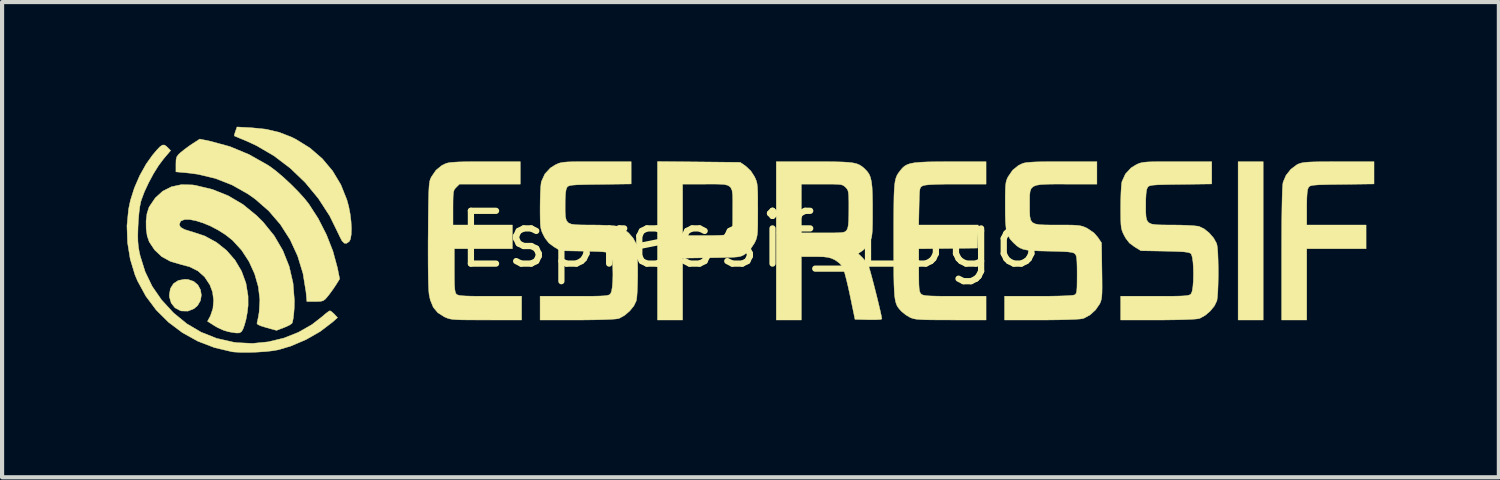
<source format=kicad_pcb>
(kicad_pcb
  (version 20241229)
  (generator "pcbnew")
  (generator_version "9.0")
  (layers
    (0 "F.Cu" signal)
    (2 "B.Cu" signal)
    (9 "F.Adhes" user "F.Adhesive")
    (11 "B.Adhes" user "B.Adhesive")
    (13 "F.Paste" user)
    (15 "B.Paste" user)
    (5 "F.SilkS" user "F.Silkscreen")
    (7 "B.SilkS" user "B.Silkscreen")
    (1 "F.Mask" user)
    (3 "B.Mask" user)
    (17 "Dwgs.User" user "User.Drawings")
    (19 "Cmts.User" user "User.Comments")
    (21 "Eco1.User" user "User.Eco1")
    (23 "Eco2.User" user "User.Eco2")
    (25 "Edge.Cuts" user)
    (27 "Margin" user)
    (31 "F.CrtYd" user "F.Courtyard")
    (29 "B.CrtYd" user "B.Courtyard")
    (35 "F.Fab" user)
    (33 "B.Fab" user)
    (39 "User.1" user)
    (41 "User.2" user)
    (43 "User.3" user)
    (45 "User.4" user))
  (footprint "Espressif_Logo"
    (layer "F.Cu")
    (at 14.994 2.713)
    (property "Reference" "Espressif_Logo" (at 0 0 0) (layer "F.SilkS") (effects (font (size 1.27 1.27) (thickness 0.15))))
    (attr through_hole)
    (fp_poly (pts (xy 12.351 1.937) (xy 11.748 1.937) (xy 11.748 -1.873) (xy 12.351 -1.873) (xy 12.351 1.937)) (stroke (width 0.01) (type solid)) (fill yes) (layer "F.SilkS"))
    (fp_poly (pts (xy -13.517 0.962) (xy -13.382 1.008) (xy -13.282 1.094) (xy -13.22 1.209) (xy -13.199 1.338) (xy -13.22 1.469) (xy -13.288 1.588) (xy -13.375 1.664) (xy -13.521 1.723) (xy -13.676 1.72) (xy -13.705 1.712) (xy -13.834 1.643) (xy -13.924 1.53) (xy -13.967 1.385) (xy -13.97 1.335) (xy -13.944 1.18) (xy -13.869 1.061) (xy -13.752 0.985) (xy -13.6 0.957) (xy -13.517 0.962)) (stroke (width 0.01) (type solid)) (fill yes) (layer "F.SilkS"))
    (fp_poly (pts (xy -11.989 -2.689) (xy -11.64 -2.653) (xy -11.328 -2.58) (xy -11.032 -2.465) (xy -10.923 -2.411) (xy -10.585 -2.201) (xy -10.29 -1.946) (xy -10.041 -1.65) (xy -9.843 -1.32) (xy -9.698 -0.958) (xy -9.653 -0.794) (xy -9.619 -0.616) (xy -9.597 -0.436) (xy -9.588 -0.266) (xy -9.593 -0.119) (xy -9.611 -0.01) (xy -9.638 0.045) (xy -9.703 0.092) (xy -9.76 0.089) (xy -9.816 0.031) (xy -9.876 -0.084) (xy -9.891 -0.119) (xy -10.111 -0.568) (xy -10.383 -0.987) (xy -10.701 -1.372) (xy -11.06 -1.716) (xy -11.453 -2.014) (xy -11.876 -2.261) (xy -12.144 -2.384) (xy -12.26 -2.431) (xy -12.349 -2.469) (xy -12.4 -2.49) (xy -12.406 -2.493) (xy -12.403 -2.523) (xy -12.383 -2.59) (xy -12.378 -2.603) (xy -12.341 -2.708) (xy -11.989 -2.689)) (stroke (width 0.01) (type solid)) (fill yes) (layer "F.SilkS"))
    (fp_poly (pts (xy 15.018 -1.337) (xy 14.253 -1.327) (xy 14.012 -1.324) (xy 13.827 -1.32) (xy 13.69 -1.316) (xy 13.592 -1.309) (xy 13.527 -1.301) (xy 13.485 -1.289) (xy 13.459 -1.274) (xy 13.444 -1.256) (xy 13.423 -1.209) (xy 13.41 -1.128) (xy 13.402 -1.003) (xy 13.399 -0.826) (xy 13.399 -0.772) (xy 13.399 -0.349) (xy 14.827 -0.349) (xy 14.827 0.222) (xy 13.399 0.222) (xy 13.399 1.937) (xy 12.795 1.937) (xy 12.795 0.347) (xy 12.796 -0.076) (xy 12.798 -0.442) (xy 12.802 -0.75) (xy 12.807 -1) (xy 12.813 -1.189) (xy 12.821 -1.317) (xy 12.83 -1.379) (xy 12.9 -1.543) (xy 13.015 -1.689) (xy 13.158 -1.797) (xy 13.19 -1.813) (xy 13.235 -1.831) (xy 13.287 -1.845) (xy 13.355 -1.855) (xy 13.446 -1.863) (xy 13.57 -1.868) (xy 13.733 -1.871) (xy 13.945 -1.872) (xy 14.168 -1.873) (xy 15.018 -1.873) (xy 15.018 -1.337)) (stroke (width 0.01) (type solid)) (fill yes) (layer "F.SilkS"))
    (fp_poly (pts (xy -12.983 -2.365) (xy -12.513 -2.237) (xy -12.055 -2.047) (xy -11.608 -1.795) (xy -11.548 -1.756) (xy -11.399 -1.645) (xy -11.226 -1.498) (xy -11.045 -1.33) (xy -10.871 -1.155) (xy -10.719 -0.988) (xy -10.615 -0.857) (xy -10.386 -0.503) (xy -10.19 -0.118) (xy -10.034 0.278) (xy -9.928 0.668) (xy -9.923 0.689) (xy -9.871 0.948) (xy -9.956 1.085) (xy -10.03 1.196) (xy -10.117 1.315) (xy -10.15 1.357) (xy -10.213 1.431) (xy -10.264 1.471) (xy -10.327 1.488) (xy -10.425 1.492) (xy -10.46 1.492) (xy -10.66 1.492) (xy -10.681 1.262) (xy -10.753 0.818) (xy -10.882 0.397) (xy -11.064 0.002) (xy -11.297 -0.362) (xy -11.577 -0.688) (xy -11.903 -0.973) (xy -12.077 -1.096) (xy -12.462 -1.313) (xy -12.863 -1.47) (xy -13.287 -1.571) (xy -13.565 -1.606) (xy -13.811 -1.628) (xy -13.811 -1.811) (xy -13.808 -1.918) (xy -13.791 -1.988) (xy -13.751 -2.044) (xy -13.694 -2.096) (xy -13.6 -2.172) (xy -13.483 -2.257) (xy -13.407 -2.308) (xy -13.237 -2.417) (xy -12.983 -2.365)) (stroke (width 0.01) (type solid)) (fill yes) (layer "F.SilkS"))
    (fp_poly (pts (xy -1.228 -1.867) (xy -0.233 -1.857) (xy -0.101 -1.766) (xy 0.022 -1.65) (xy 0.11 -1.514) (xy 0.137 -1.457) (xy 0.158 -1.403) (xy 0.172 -1.344) (xy 0.181 -1.267) (xy 0.187 -1.163) (xy 0.19 -1.021) (xy 0.19 -0.831) (xy 0.191 -0.714) (xy 0.19 -0.497) (xy 0.189 -0.333) (xy 0.185 -0.211) (xy 0.178 -0.122) (xy 0.166 -0.055) (xy 0.149 0.001) (xy 0.125 0.056) (xy 0.107 0.091) (xy -0.000146 0.252) (xy -0.105 0.343) (xy -0.148 0.371) (xy -0.189 0.392) (xy -0.237 0.408) (xy -0.302 0.419) (xy -0.392 0.426) (xy -0.516 0.431) (xy -0.685 0.435) (xy -0.908 0.438) (xy -0.926 0.438) (xy -1.619 0.448) (xy -1.619 1.937) (xy -2.223 1.937) (xy -2.223 -1.333) (xy -1.619 -1.333) (xy -1.619 -0.095) (xy -1.087 -0.095) (xy -0.88 -0.096) (xy -0.727 -0.1) (xy -0.619 -0.107) (xy -0.546 -0.119) (xy -0.499 -0.135) (xy -0.483 -0.145) (xy -0.457 -0.166) (xy -0.438 -0.193) (xy -0.426 -0.237) (xy -0.418 -0.307) (xy -0.414 -0.413) (xy -0.413 -0.565) (xy -0.413 -0.714) (xy -0.412 -0.92) (xy -0.415 -1.074) (xy -0.43 -1.184) (xy -0.465 -1.258) (xy -0.527 -1.303) (xy -0.625 -1.326) (xy -0.766 -1.333) (xy -0.958 -1.334) (xy -1.087 -1.333) (xy -1.619 -1.333) (xy -2.223 -1.333) (xy -2.223 -1.876) (xy -1.228 -1.867)) (stroke (width 0.01) (type solid)) (fill yes) (layer "F.SilkS"))
    (fp_poly (pts (xy -5.524 -1.333) (xy -6.988 -1.333) (xy -7.066 -1.256) (xy -7.098 -1.221) (xy -7.119 -1.183) (xy -7.133 -1.13) (xy -7.14 -1.049) (xy -7.143 -0.929) (xy -7.144 -0.763) (xy -7.144 -0.349) (xy -5.715 -0.349) (xy -5.715 0.222) (xy -7.112 0.222) (xy -7.112 0.744) (xy -7.111 0.944) (xy -7.108 1.091) (xy -7.101 1.193) (xy -7.09 1.259) (xy -7.075 1.299) (xy -7.062 1.315) (xy -7.038 1.331) (xy -6.997 1.344) (xy -6.932 1.353) (xy -6.835 1.359) (xy -6.698 1.363) (xy -6.513 1.365) (xy -6.273 1.365) (xy -6.252 1.365) (xy -5.493 1.365) (xy -5.493 1.937) (xy -6.342 1.936) (xy -6.597 1.936) (xy -6.797 1.935) (xy -6.95 1.933) (xy -7.065 1.928) (xy -7.151 1.921) (xy -7.216 1.911) (xy -7.269 1.896) (xy -7.317 1.877) (xy -7.356 1.859) (xy -7.509 1.762) (xy -7.619 1.63) (xy -7.691 1.454) (xy -7.719 1.323) (xy -7.727 1.235) (xy -7.734 1.089) (xy -7.739 0.892) (xy -7.742 0.649) (xy -7.743 0.367) (xy -7.743 0.052) (xy -7.741 -0.134) (xy -7.739 -0.449) (xy -7.736 -0.706) (xy -7.733 -0.914) (xy -7.729 -1.077) (xy -7.724 -1.202) (xy -7.718 -1.297) (xy -7.71 -1.366) (xy -7.7 -1.418) (xy -7.687 -1.457) (xy -7.671 -1.492) (xy -7.663 -1.508) (xy -7.552 -1.669) (xy -7.414 -1.781) (xy -7.327 -1.824) (xy -7.279 -1.84) (xy -7.214 -1.852) (xy -7.124 -1.86) (xy -7.001 -1.867) (xy -6.837 -1.871) (xy -6.624 -1.873) (xy -6.367 -1.873) (xy -5.524 -1.873) (xy -5.524 -1.333)) (stroke (width 0.01) (type solid)) (fill yes) (layer "F.SilkS"))
    (fp_poly (pts (xy -14.044 -2.246) (xy -14.018 -2.221) (xy -13.938 -2.141) (xy -14.112 -1.936) (xy -14.23 -1.778) (xy -14.353 -1.58) (xy -14.469 -1.363) (xy -14.57 -1.148) (xy -14.642 -0.954) (xy -14.657 -0.905) (xy -14.679 -0.795) (xy -14.699 -0.641) (xy -14.714 -0.464) (xy -14.723 -0.302) (xy -14.728 -0.109) (xy -14.726 0.04) (xy -14.715 0.167) (xy -14.694 0.293) (xy -14.672 0.391) (xy -14.552 0.775) (xy -14.382 1.127) (xy -14.157 1.453) (xy -13.874 1.76) (xy -13.867 1.767) (xy -13.549 2.027) (xy -13.205 2.23) (xy -12.833 2.378) (xy -12.429 2.47) (xy -12.342 2.482) (xy -11.966 2.5) (xy -11.587 2.462) (xy -11.215 2.372) (xy -10.862 2.232) (xy -10.538 2.047) (xy -10.296 1.859) (xy -10.211 1.786) (xy -10.142 1.734) (xy -10.105 1.714) (xy -10.066 1.736) (xy -10.008 1.788) (xy -9.999 1.797) (xy -9.922 1.88) (xy -10.049 1.992) (xy -10.342 2.215) (xy -10.678 2.407) (xy -11.04 2.562) (xy -11.343 2.653) (xy -11.479 2.677) (xy -11.658 2.697) (xy -11.861 2.71) (xy -12.067 2.717) (xy -12.257 2.716) (xy -12.412 2.707) (xy -12.462 2.701) (xy -12.887 2.6) (xy -13.287 2.446) (xy -13.656 2.241) (xy -13.99 1.99) (xy -14.285 1.697) (xy -14.534 1.364) (xy -14.734 0.997) (xy -14.796 0.85) (xy -14.91 0.475) (xy -14.975 0.076) (xy -14.989 -0.33) (xy -14.951 -0.726) (xy -14.906 -0.94) (xy -14.811 -1.241) (xy -14.681 -1.54) (xy -14.527 -1.816) (xy -14.375 -2.029) (xy -14.27 -2.154) (xy -14.194 -2.233) (xy -14.137 -2.272) (xy -14.09 -2.274) (xy -14.044 -2.246)) (stroke (width 0.01) (type solid)) (fill yes) (layer "F.SilkS"))
    (fp_poly (pts (xy 5.683 -1.333) (xy 4.961 -1.333) (xy 4.696 -1.332) (xy 4.489 -1.327) (xy 4.335 -1.32) (xy 4.23 -1.31) (xy 4.168 -1.296) (xy 4.159 -1.292) (xy 4.128 -1.275) (xy 4.106 -1.251) (xy 4.091 -1.211) (xy 4.082 -1.144) (xy 4.077 -1.04) (xy 4.073 -0.887) (xy 4.071 -0.801) (xy 4.062 -0.349) (xy 5.495 -0.349) (xy 5.486 -0.071) (xy 5.477 0.206) (xy 4.77 0.215) (xy 4.064 0.223) (xy 4.064 0.742) (xy 4.065 0.937) (xy 4.067 1.079) (xy 4.073 1.177) (xy 4.083 1.242) (xy 4.098 1.282) (xy 4.118 1.309) (xy 4.122 1.313) (xy 4.148 1.33) (xy 4.187 1.342) (xy 4.249 1.352) (xy 4.34 1.358) (xy 4.47 1.362) (xy 4.646 1.365) (xy 4.875 1.365) (xy 4.932 1.365) (xy 5.683 1.365) (xy 5.683 1.937) (xy 4.834 1.936) (xy 4.575 1.935) (xy 4.371 1.934) (xy 4.215 1.931) (xy 4.097 1.925) (xy 4.01 1.918) (xy 3.946 1.907) (xy 3.896 1.892) (xy 3.858 1.877) (xy 3.754 1.816) (xy 3.66 1.741) (xy 3.645 1.726) (xy 3.602 1.68) (xy 3.567 1.636) (xy 3.538 1.587) (xy 3.515 1.528) (xy 3.497 1.454) (xy 3.483 1.357) (xy 3.474 1.232) (xy 3.467 1.073) (xy 3.463 0.874) (xy 3.462 0.628) (xy 3.461 0.331) (xy 3.461 0.021) (xy 3.461 -0.324) (xy 3.462 -0.611) (xy 3.464 -0.847) (xy 3.467 -1.038) (xy 3.473 -1.19) (xy 3.482 -1.309) (xy 3.495 -1.401) (xy 3.512 -1.473) (xy 3.533 -1.53) (xy 3.56 -1.579) (xy 3.593 -1.625) (xy 3.622 -1.663) (xy 3.671 -1.721) (xy 3.723 -1.767) (xy 3.786 -1.802) (xy 3.866 -1.829) (xy 3.972 -1.848) (xy 4.11 -1.86) (xy 4.289 -1.868) (xy 4.516 -1.871) (xy 4.799 -1.873) (xy 4.818 -1.873) (xy 5.683 -1.873) (xy 5.683 -1.333)) (stroke (width 0.01) (type solid)) (fill yes) (layer "F.SilkS"))
    (fp_poly (pts (xy -13.415 -1.314) (xy -13.346 -1.304) (xy -12.932 -1.205) (xy -12.551 -1.052) (xy -12.197 -0.843) (xy -11.87 -0.576) (xy -11.713 -0.42) (xy -11.447 -0.092) (xy -11.238 0.265) (xy -11.086 0.646) (xy -10.993 1.048) (xy -10.96 1.467) (xy -10.964 1.646) (xy -10.975 1.787) (xy -10.99 1.907) (xy -11.007 1.99) (xy -11.019 2.018) (xy -11.067 2.053) (xy -11.154 2.096) (xy -11.223 2.124) (xy -11.39 2.187) (xy -11.634 2.12) (xy -11.763 2.08) (xy -11.837 2.048) (xy -11.862 2.018) (xy -11.86 2.009) (xy -11.847 1.957) (xy -11.828 1.862) (xy -11.809 1.752) (xy -11.791 1.451) (xy -11.828 1.139) (xy -11.916 0.829) (xy -12.051 0.532) (xy -12.228 0.26) (xy -12.444 0.024) (xy -12.461 0.009) (xy -12.618 -0.115) (xy -12.793 -0.226) (xy -12.976 -0.322) (xy -13.159 -0.398) (xy -13.331 -0.452) (xy -13.482 -0.481) (xy -13.605 -0.48) (xy -13.688 -0.446) (xy -13.703 -0.429) (xy -13.73 -0.358) (xy -13.699 -0.296) (xy -13.607 -0.242) (xy -13.454 -0.194) (xy -13.436 -0.19) (xy -13.12 -0.086) (xy -12.838 0.067) (xy -12.592 0.263) (xy -12.389 0.496) (xy -12.232 0.761) (xy -12.126 1.051) (xy -12.075 1.362) (xy -12.074 1.587) (xy -12.093 1.753) (xy -12.124 1.922) (xy -12.161 2.056) (xy -12.197 2.156) (xy -12.234 2.218) (xy -12.283 2.247) (xy -12.359 2.25) (xy -12.477 2.232) (xy -12.553 2.218) (xy -12.667 2.183) (xy -12.797 2.125) (xy -12.879 2.078) (xy -13.051 1.968) (xy -12.979 1.834) (xy -12.921 1.662) (xy -12.904 1.465) (xy -12.929 1.266) (xy -12.993 1.093) (xy -13.121 0.9) (xy -13.282 0.756) (xy -13.483 0.656) (xy -13.685 0.602) (xy -13.941 0.528) (xy -14.154 0.411) (xy -14.326 0.248) (xy -14.454 0.055) (xy -14.502 -0.084) (xy -14.527 -0.259) (xy -14.529 -0.447) (xy -14.507 -0.625) (xy -14.461 -0.77) (xy -14.454 -0.785) (xy -14.308 -1.001) (xy -14.129 -1.163) (xy -13.92 -1.269) (xy -13.681 -1.32) (xy -13.415 -1.314)) (stroke (width 0.01) (type solid)) (fill yes) (layer "F.SilkS"))
    (fp_poly (pts (xy 1.827 -1.873) (xy 2.057 -1.87) (xy 2.239 -1.865) (xy 2.381 -1.856) (xy 2.489 -1.842) (xy 2.573 -1.822) (xy 2.638 -1.794) (xy 2.694 -1.759) (xy 2.748 -1.715) (xy 2.758 -1.705) (xy 2.819 -1.643) (xy 2.866 -1.577) (xy 2.9 -1.497) (xy 2.924 -1.395) (xy 2.94 -1.261) (xy 2.948 -1.086) (xy 2.952 -0.861) (xy 2.952 -0.732) (xy 2.952 -0.51) (xy 2.95 -0.342) (xy 2.946 -0.216) (xy 2.938 -0.125) (xy 2.927 -0.056) (xy 2.91 -0.001) (xy 2.888 0.05) (xy 2.886 0.055) (xy 2.821 0.156) (xy 2.739 0.245) (xy 2.712 0.266) (xy 2.605 0.338) (xy 2.702 0.431) (xy 2.778 0.515) (xy 2.839 0.601) (xy 2.847 0.615) (xy 2.866 0.666) (xy 2.896 0.767) (xy 2.934 0.906) (xy 2.977 1.069) (xy 3.022 1.246) (xy 3.067 1.424) (xy 3.107 1.591) (xy 3.141 1.736) (xy 3.164 1.845) (xy 3.175 1.907) (xy 3.175 1.912) (xy 3.146 1.923) (xy 3.066 1.929) (xy 2.949 1.931) (xy 2.852 1.93) (xy 2.529 1.921) (xy 2.408 1.337) (xy 2.366 1.145) (xy 2.324 0.969) (xy 2.285 0.82) (xy 2.252 0.71) (xy 2.23 0.654) (xy 2.167 0.58) (xy 2.073 0.508) (xy 2.032 0.484) (xy 1.955 0.45) (xy 1.875 0.429) (xy 1.773 0.417) (xy 1.633 0.413) (xy 1.565 0.413) (xy 1.238 0.413) (xy 1.238 1.937) (xy 0.635 1.937) (xy 0.635 -1.333) (xy 1.238 -1.333) (xy 1.238 -0.159) (xy 1.76 -0.159) (xy 1.954 -0.159) (xy 2.094 -0.161) (xy 2.19 -0.166) (xy 2.252 -0.174) (xy 2.291 -0.188) (xy 2.316 -0.209) (xy 2.332 -0.229) (xy 2.353 -0.273) (xy 2.367 -0.342) (xy 2.376 -0.445) (xy 2.38 -0.593) (xy 2.381 -0.739) (xy 2.381 -0.914) (xy 2.378 -1.038) (xy 2.371 -1.121) (xy 2.359 -1.177) (xy 2.339 -1.215) (xy 2.31 -1.249) (xy 2.303 -1.256) (xy 2.271 -1.285) (xy 2.237 -1.306) (xy 2.19 -1.32) (xy 2.118 -1.328) (xy 2.012 -1.332) (xy 1.86 -1.333) (xy 1.732 -1.333) (xy 1.238 -1.333) (xy 0.635 -1.333) (xy 0.635 -1.873) (xy 1.541 -1.873) (xy 1.827 -1.873)) (stroke (width 0.01) (type solid)) (fill yes) (layer "F.SilkS"))
    (fp_poly (pts (xy 8.35 -1.333) (xy 7.624 -1.333) (xy 7.363 -1.334) (xy 7.158 -1.331) (xy 7.003 -1.323) (xy 6.891 -1.305) (xy 6.815 -1.273) (xy 6.767 -1.224) (xy 6.742 -1.153) (xy 6.732 -1.057) (xy 6.731 -0.932) (xy 6.731 -0.839) (xy 6.731 -0.677) (xy 6.737 -0.556) (xy 6.756 -0.468) (xy 6.797 -0.41) (xy 6.867 -0.375) (xy 6.974 -0.356) (xy 7.126 -0.35) (xy 7.331 -0.349) (xy 7.407 -0.349) (xy 7.608 -0.349) (xy 7.757 -0.347) (xy 7.866 -0.341) (xy 7.946 -0.331) (xy 8.009 -0.316) (xy 8.067 -0.293) (xy 8.118 -0.269) (xy 8.278 -0.16) (xy 8.371 -0.054) (xy 8.461 0.079) (xy 8.471 0.752) (xy 8.474 0.978) (xy 8.475 1.15) (xy 8.473 1.278) (xy 8.467 1.371) (xy 8.457 1.438) (xy 8.443 1.49) (xy 8.424 1.536) (xy 8.417 1.549) (xy 8.319 1.692) (xy 8.188 1.812) (xy 8.045 1.891) (xy 8.01 1.903) (xy 7.942 1.913) (xy 7.819 1.921) (xy 7.648 1.928) (xy 7.437 1.933) (xy 7.193 1.936) (xy 7.009 1.937) (xy 6.128 1.937) (xy 6.128 1.365) (xy 6.939 1.365) (xy 7.203 1.364) (xy 7.426 1.36) (xy 7.605 1.354) (xy 7.732 1.346) (xy 7.803 1.336) (xy 7.813 1.332) (xy 7.837 1.315) (xy 7.854 1.285) (xy 7.865 1.233) (xy 7.871 1.147) (xy 7.873 1.019) (xy 7.874 0.845) (xy 7.873 0.662) (xy 7.869 0.532) (xy 7.862 0.445) (xy 7.85 0.389) (xy 7.831 0.354) (xy 7.818 0.341) (xy 7.787 0.322) (xy 7.733 0.308) (xy 7.649 0.297) (xy 7.525 0.29) (xy 7.353 0.284) (xy 7.191 0.28) (xy 6.967 0.275) (xy 6.796 0.267) (xy 6.666 0.254) (xy 6.568 0.232) (xy 6.491 0.199) (xy 6.423 0.153) (xy 6.355 0.09) (xy 6.325 0.06) (xy 6.264 -0.008) (xy 6.219 -0.08) (xy 6.186 -0.165) (xy 6.164 -0.273) (xy 6.151 -0.415) (xy 6.145 -0.6) (xy 6.144 -0.826) (xy 6.144 -1.029) (xy 6.147 -1.181) (xy 6.152 -1.291) (xy 6.162 -1.37) (xy 6.177 -1.43) (xy 6.198 -1.481) (xy 6.212 -1.508) (xy 6.323 -1.669) (xy 6.461 -1.781) (xy 6.548 -1.824) (xy 6.595 -1.84) (xy 6.661 -1.852) (xy 6.751 -1.86) (xy 6.874 -1.867) (xy 7.038 -1.871) (xy 7.25 -1.873) (xy 7.508 -1.873) (xy 8.35 -1.873) (xy 8.35 -1.333)) (stroke (width 0.01) (type solid)) (fill yes) (layer "F.SilkS"))
    (fp_poly (pts (xy -2.857 -1.337) (xy -3.606 -1.327) (xy -3.844 -1.324) (xy -4.027 -1.32) (xy -4.162 -1.316) (xy -4.257 -1.309) (xy -4.321 -1.3) (xy -4.361 -1.288) (xy -4.386 -1.272) (xy -4.4 -1.256) (xy -4.422 -1.202) (xy -4.436 -1.109) (xy -4.444 -0.966) (xy -4.445 -0.835) (xy -4.445 -0.671) (xy -4.438 -0.549) (xy -4.417 -0.462) (xy -4.374 -0.405) (xy -4.301 -0.371) (xy -4.188 -0.355) (xy -4.029 -0.35) (xy -3.815 -0.349) (xy -3.802 -0.349) (xy -3.617 -0.347) (xy -3.444 -0.341) (xy -3.298 -0.332) (xy -3.194 -0.321) (xy -3.159 -0.314) (xy -3.039 -0.256) (xy -2.917 -0.157) (xy -2.811 -0.035) (xy -2.742 0.09) (xy -2.733 0.118) (xy -2.72 0.199) (xy -2.71 0.331) (xy -2.704 0.498) (xy -2.7 0.686) (xy -2.7 0.883) (xy -2.704 1.073) (xy -2.71 1.244) (xy -2.72 1.381) (xy -2.732 1.47) (xy -2.734 1.476) (xy -2.792 1.597) (xy -2.891 1.719) (xy -3.013 1.824) (xy -3.138 1.894) (xy -3.166 1.903) (xy -3.234 1.913) (xy -3.358 1.921) (xy -3.53 1.928) (xy -3.742 1.933) (xy -3.988 1.936) (xy -4.167 1.937) (xy -5.048 1.937) (xy -5.048 1.365) (xy -4.228 1.365) (xy -3.977 1.365) (xy -3.781 1.364) (xy -3.635 1.361) (xy -3.528 1.356) (xy -3.455 1.349) (xy -3.406 1.339) (xy -3.376 1.326) (xy -3.355 1.308) (xy -3.355 1.307) (xy -3.329 1.247) (xy -3.311 1.14) (xy -3.3 1.001) (xy -3.296 0.845) (xy -3.299 0.688) (xy -3.308 0.543) (xy -3.325 0.427) (xy -3.348 0.353) (xy -3.358 0.341) (xy -3.389 0.322) (xy -3.443 0.308) (xy -3.526 0.297) (xy -3.65 0.29) (xy -3.821 0.284) (xy -3.987 0.28) (xy -4.561 0.27) (xy -4.717 0.174) (xy -4.838 0.084) (xy -4.926 -0.03) (xy -4.961 -0.093) (xy -4.994 -0.16) (xy -5.017 -0.221) (xy -5.033 -0.286) (xy -5.042 -0.37) (xy -5.046 -0.483) (xy -5.048 -0.639) (xy -5.048 -0.776) (xy -5.046 -0.958) (xy -5.041 -1.126) (xy -5.033 -1.266) (xy -5.023 -1.363) (xy -5.017 -1.394) (xy -4.934 -1.577) (xy -4.8 -1.722) (xy -4.685 -1.794) (xy -4.636 -1.818) (xy -4.59 -1.837) (xy -4.538 -1.85) (xy -4.472 -1.86) (xy -4.383 -1.867) (xy -4.262 -1.871) (xy -4.102 -1.873) (xy -3.893 -1.873) (xy -3.693 -1.873) (xy -2.857 -1.873) (xy -2.857 -1.337)) (stroke (width 0.01) (type solid)) (fill yes) (layer "F.SilkS"))
    (fp_poly (pts (xy 11.113 -1.337) (xy 10.364 -1.327) (xy 10.126 -1.324) (xy 9.943 -1.32) (xy 9.808 -1.316) (xy 9.713 -1.309) (xy 9.649 -1.3) (xy 9.609 -1.288) (xy 9.584 -1.272) (xy 9.57 -1.256) (xy 9.548 -1.202) (xy 9.534 -1.109) (xy 9.526 -0.966) (xy 9.525 -0.835) (xy 9.525 -0.671) (xy 9.532 -0.549) (xy 9.553 -0.462) (xy 9.596 -0.405) (xy 9.669 -0.371) (xy 9.782 -0.355) (xy 9.941 -0.35) (xy 10.155 -0.349) (xy 10.168 -0.349) (xy 10.353 -0.347) (xy 10.526 -0.341) (xy 10.672 -0.332) (xy 10.776 -0.321) (xy 10.811 -0.314) (xy 10.931 -0.256) (xy 11.053 -0.157) (xy 11.159 -0.035) (xy 11.228 0.09) (xy 11.237 0.118) (xy 11.25 0.199) (xy 11.26 0.331) (xy 11.266 0.498) (xy 11.27 0.686) (xy 11.27 0.883) (xy 11.266 1.073) (xy 11.26 1.244) (xy 11.25 1.381) (xy 11.238 1.47) (xy 11.236 1.476) (xy 11.178 1.597) (xy 11.079 1.719) (xy 10.957 1.824) (xy 10.832 1.894) (xy 10.804 1.903) (xy 10.736 1.913) (xy 10.612 1.921) (xy 10.44 1.928) (xy 10.228 1.933) (xy 9.982 1.936) (xy 9.803 1.937) (xy 8.922 1.937) (xy 8.922 1.365) (xy 9.742 1.365) (xy 9.993 1.365) (xy 10.189 1.364) (xy 10.335 1.361) (xy 10.442 1.356) (xy 10.515 1.349) (xy 10.564 1.339) (xy 10.594 1.326) (xy 10.615 1.308) (xy 10.615 1.307) (xy 10.641 1.247) (xy 10.659 1.14) (xy 10.67 1.001) (xy 10.674 0.845) (xy 10.671 0.688) (xy 10.662 0.543) (xy 10.645 0.427) (xy 10.622 0.353) (xy 10.612 0.341) (xy 10.581 0.322) (xy 10.527 0.308) (xy 10.444 0.297) (xy 10.32 0.29) (xy 10.149 0.284) (xy 9.983 0.28) (xy 9.409 0.27) (xy 9.253 0.174) (xy 9.132 0.084) (xy 9.044 -0.03) (xy 9.009 -0.093) (xy 8.976 -0.16) (xy 8.953 -0.221) (xy 8.937 -0.286) (xy 8.928 -0.37) (xy 8.924 -0.483) (xy 8.922 -0.639) (xy 8.922 -0.776) (xy 8.924 -0.958) (xy 8.929 -1.126) (xy 8.937 -1.266) (xy 8.947 -1.363) (xy 8.953 -1.394) (xy 9.036 -1.577) (xy 9.17 -1.722) (xy 9.285 -1.794) (xy 9.334 -1.818) (xy 9.38 -1.837) (xy 9.432 -1.85) (xy 9.498 -1.86) (xy 9.587 -1.867) (xy 9.708 -1.871) (xy 9.868 -1.873) (xy 10.077 -1.873) (xy 10.277 -1.873) (xy 11.113 -1.873) (xy 11.113 -1.337)) (stroke (width 0.01) (type solid)) (fill yes) (layer "F.SilkS")))
  (gr_rect
    (start -3 -3)
    (end 33.016 8.435)
    (stroke (width 0.1) (type default))
    (fill no)
    (layer "Edge.Cuts")))
</source>
